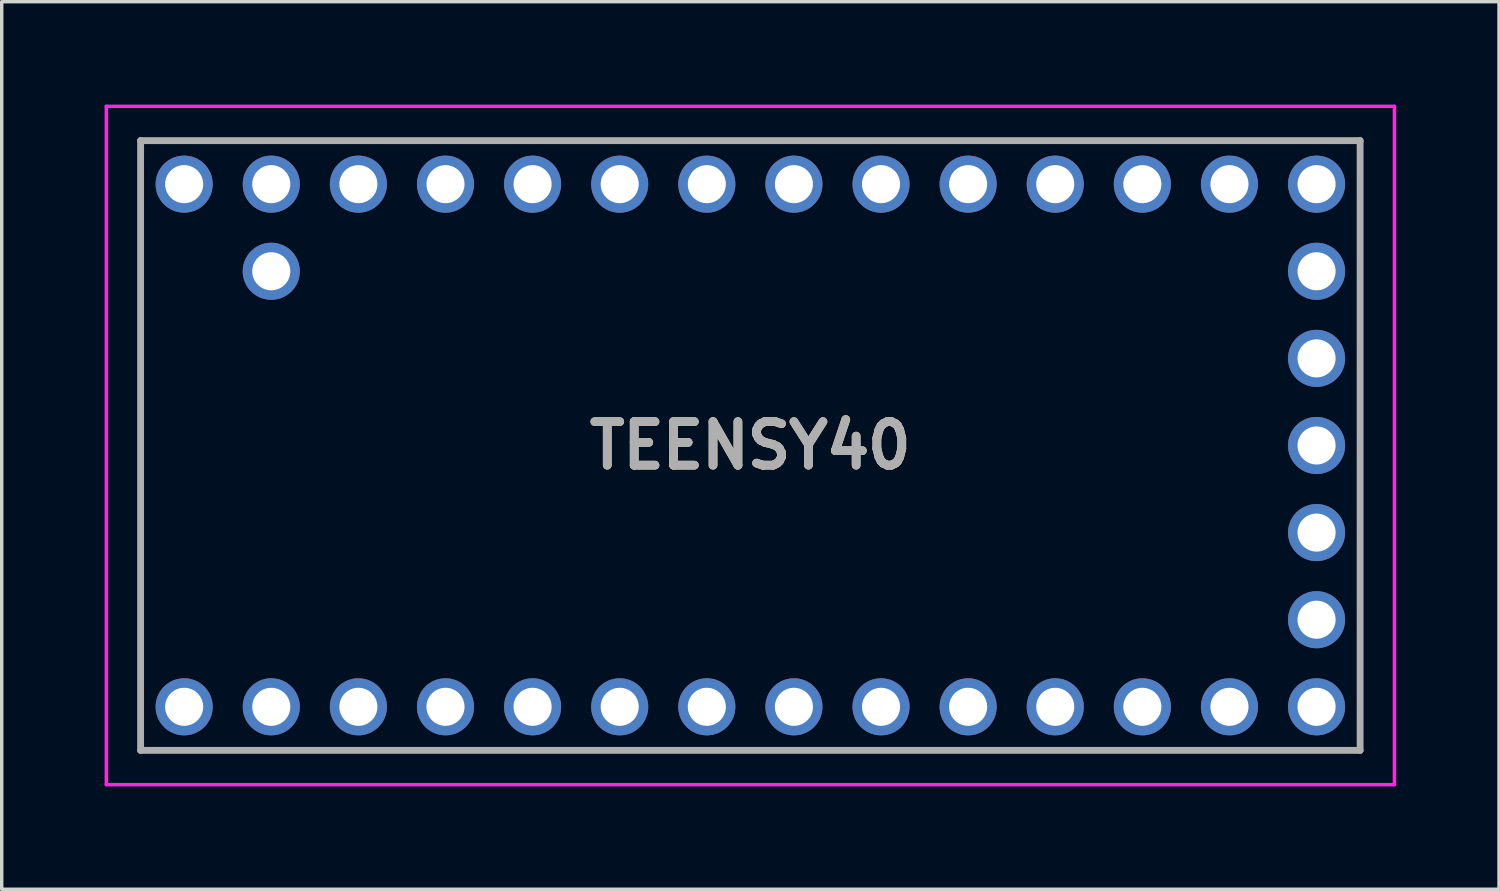
<source format=kicad_pcb>
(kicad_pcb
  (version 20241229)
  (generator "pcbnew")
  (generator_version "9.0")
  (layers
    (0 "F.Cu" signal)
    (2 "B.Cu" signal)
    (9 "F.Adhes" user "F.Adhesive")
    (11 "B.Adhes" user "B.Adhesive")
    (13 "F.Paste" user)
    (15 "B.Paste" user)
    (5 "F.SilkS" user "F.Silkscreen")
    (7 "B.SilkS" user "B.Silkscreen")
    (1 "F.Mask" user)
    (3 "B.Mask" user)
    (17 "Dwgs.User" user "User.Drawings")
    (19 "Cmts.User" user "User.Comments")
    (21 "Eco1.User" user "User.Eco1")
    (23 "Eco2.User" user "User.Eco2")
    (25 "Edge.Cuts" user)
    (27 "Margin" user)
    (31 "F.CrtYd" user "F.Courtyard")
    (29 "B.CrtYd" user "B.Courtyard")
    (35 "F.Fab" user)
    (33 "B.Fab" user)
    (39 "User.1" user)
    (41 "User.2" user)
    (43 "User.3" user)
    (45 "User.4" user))
  (footprint "TEENSY40"
    (layer "F.Cu")
    (at 2.32 17.56)
    (property "Reference" "TEENSY40" (at 16.51 -7.62 0) (layer "F.SilkS") (effects (font (size 1.27 1.27) (thickness 0.254))))
    (attr through_hole)
    (fp_line (start -1.27 -16.51) (end 34.29 -16.51) (stroke (width 0.1) (type solid)) (layer "F.SilkS"))
    (fp_line (start -1.27 1.27) (end -1.27 -16.51) (stroke (width 0.1) (type solid)) (layer "F.SilkS"))
    (fp_line (start 34.29 -16.51) (end 34.29 1.27) (stroke (width 0.1) (type solid)) (layer "F.SilkS"))
    (fp_line (start 34.29 1.27) (end -1.27 1.27) (stroke (width 0.1) (type solid)) (layer "F.SilkS"))
    (fp_line (start -2.27 -17.51) (end 35.29 -17.51) (stroke (width 0.1) (type solid)) (layer "F.CrtYd"))
    (fp_line (start -2.27 2.27) (end -2.27 -17.51) (stroke (width 0.1) (type solid)) (layer "F.CrtYd"))
    (fp_line (start 35.29 -17.51) (end 35.29 2.27) (stroke (width 0.1) (type solid)) (layer "F.CrtYd"))
    (fp_line (start 35.29 2.27) (end -2.27 2.27) (stroke (width 0.1) (type solid)) (layer "F.CrtYd"))
    (fp_line (start -1.27 -16.51) (end 34.29 -16.51) (stroke (width 0.2) (type solid)) (layer "F.Fab"))
    (fp_line (start -1.27 1.27) (end -1.27 -16.51) (stroke (width 0.2) (type solid)) (layer "F.Fab"))
    (fp_line (start 34.29 -16.51) (end 34.29 1.27) (stroke (width 0.2) (type solid)) (layer "F.Fab"))
    (fp_line (start 34.29 1.27) (end -1.27 1.27) (stroke (width 0.2) (type solid)) (layer "F.Fab"))
    (fp_text user "${REFERENCE}" (at 16.51 -7.62 0) (layer "F.Fab") (effects (font (size 1.27 1.27) (thickness 0.254))))
    (pad "1" thru_hole circle (at 0 0) (size 1.665 1.665) (drill 1.11) (layers "*.Cu" "*.Mask"))
    (pad "2" thru_hole circle (at 2.54 0) (size 1.665 1.665) (drill 1.11) (layers "*.Cu" "*.Mask"))
    (pad "3" thru_hole circle (at 5.08 0) (size 1.665 1.665) (drill 1.11) (layers "*.Cu" "*.Mask"))
    (pad "4" thru_hole circle (at 7.62 0) (size 1.665 1.665) (drill 1.11) (layers "*.Cu" "*.Mask"))
    (pad "5" thru_hole circle (at 10.16 0) (size 1.665 1.665) (drill 1.11) (layers "*.Cu" "*.Mask"))
    (pad "6" thru_hole circle (at 12.7 0) (size 1.665 1.665) (drill 1.11) (layers "*.Cu" "*.Mask"))
    (pad "7" thru_hole circle (at 15.24 0) (size 1.665 1.665) (drill 1.11) (layers "*.Cu" "*.Mask"))
    (pad "8" thru_hole circle (at 17.78 0) (size 1.665 1.665) (drill 1.11) (layers "*.Cu" "*.Mask"))
    (pad "9" thru_hole circle (at 20.32 0) (size 1.665 1.665) (drill 1.11) (layers "*.Cu" "*.Mask"))
    (pad "10" thru_hole circle (at 22.86 0) (size 1.665 1.665) (drill 1.11) (layers "*.Cu" "*.Mask"))
    (pad "11" thru_hole circle (at 25.4 0) (size 1.665 1.665) (drill 1.11) (layers "*.Cu" "*.Mask"))
    (pad "12" thru_hole circle (at 27.94 0) (size 1.665 1.665) (drill 1.11) (layers "*.Cu" "*.Mask"))
    (pad "13" thru_hole circle (at 30.48 0) (size 1.665 1.665) (drill 1.11) (layers "*.Cu" "*.Mask"))
    (pad "14" thru_hole circle (at 33.02 0) (size 1.665 1.665) (drill 1.11) (layers "*.Cu" "*.Mask"))
    (pad "15" thru_hole circle (at 33.02 -2.54) (size 1.665 1.665) (drill 1.11) (layers "*.Cu" "*.Mask"))
    (pad "16" thru_hole circle (at 33.02 -5.08) (size 1.665 1.665) (drill 1.11) (layers "*.Cu" "*.Mask"))
    (pad "17" thru_hole circle (at 33.02 -7.62) (size 1.665 1.665) (drill 1.11) (layers "*.Cu" "*.Mask"))
    (pad "18" thru_hole circle (at 33.02 -10.16) (size 1.665 1.665) (drill 1.11) (layers "*.Cu" "*.Mask"))
    (pad "19" thru_hole circle (at 33.02 -12.7) (size 1.665 1.665) (drill 1.11) (layers "*.Cu" "*.Mask"))
    (pad "20" thru_hole circle (at 33.02 -15.24) (size 1.665 1.665) (drill 1.11) (layers "*.Cu" "*.Mask"))
    (pad "21" thru_hole circle (at 30.48 -15.24) (size 1.665 1.665) (drill 1.11) (layers "*.Cu" "*.Mask"))
    (pad "22" thru_hole circle (at 27.94 -15.24) (size 1.665 1.665) (drill 1.11) (layers "*.Cu" "*.Mask"))
    (pad "23" thru_hole circle (at 25.4 -15.24) (size 1.665 1.665) (drill 1.11) (layers "*.Cu" "*.Mask"))
    (pad "24" thru_hole circle (at 22.86 -15.24) (size 1.665 1.665) (drill 1.11) (layers "*.Cu" "*.Mask"))
    (pad "25" thru_hole circle (at 20.32 -15.24) (size 1.665 1.665) (drill 1.11) (layers "*.Cu" "*.Mask"))
    (pad "26" thru_hole circle (at 17.78 -15.24) (size 1.665 1.665) (drill 1.11) (layers "*.Cu" "*.Mask"))
    (pad "27" thru_hole circle (at 15.24 -15.24) (size 1.665 1.665) (drill 1.11) (layers "*.Cu" "*.Mask"))
    (pad "28" thru_hole circle (at 12.7 -15.24) (size 1.665 1.665) (drill 1.11) (layers "*.Cu" "*.Mask"))
    (pad "29" thru_hole circle (at 10.16 -15.24) (size 1.665 1.665) (drill 1.11) (layers "*.Cu" "*.Mask"))
    (pad "30" thru_hole circle (at 7.62 -15.24) (size 1.665 1.665) (drill 1.11) (layers "*.Cu" "*.Mask"))
    (pad "31" thru_hole circle (at 5.08 -15.24) (size 1.665 1.665) (drill 1.11) (layers "*.Cu" "*.Mask"))
    (pad "32" thru_hole circle (at 2.54 -15.24) (size 1.665 1.665) (drill 1.11) (layers "*.Cu" "*.Mask"))
    (pad "33" thru_hole circle (at 0 -15.24) (size 1.665 1.665) (drill 1.11) (layers "*.Cu" "*.Mask"))
    (pad "34" thru_hole circle (at 2.54 -12.7) (size 1.665 1.665) (drill 1.11) (layers "*.Cu" "*.Mask")))
  (gr_rect
    (start -3 -3)
    (end 40.66 22.88)
    (stroke (width 0.1) (type default))
    (fill no)
    (layer "Edge.Cuts")))
</source>
